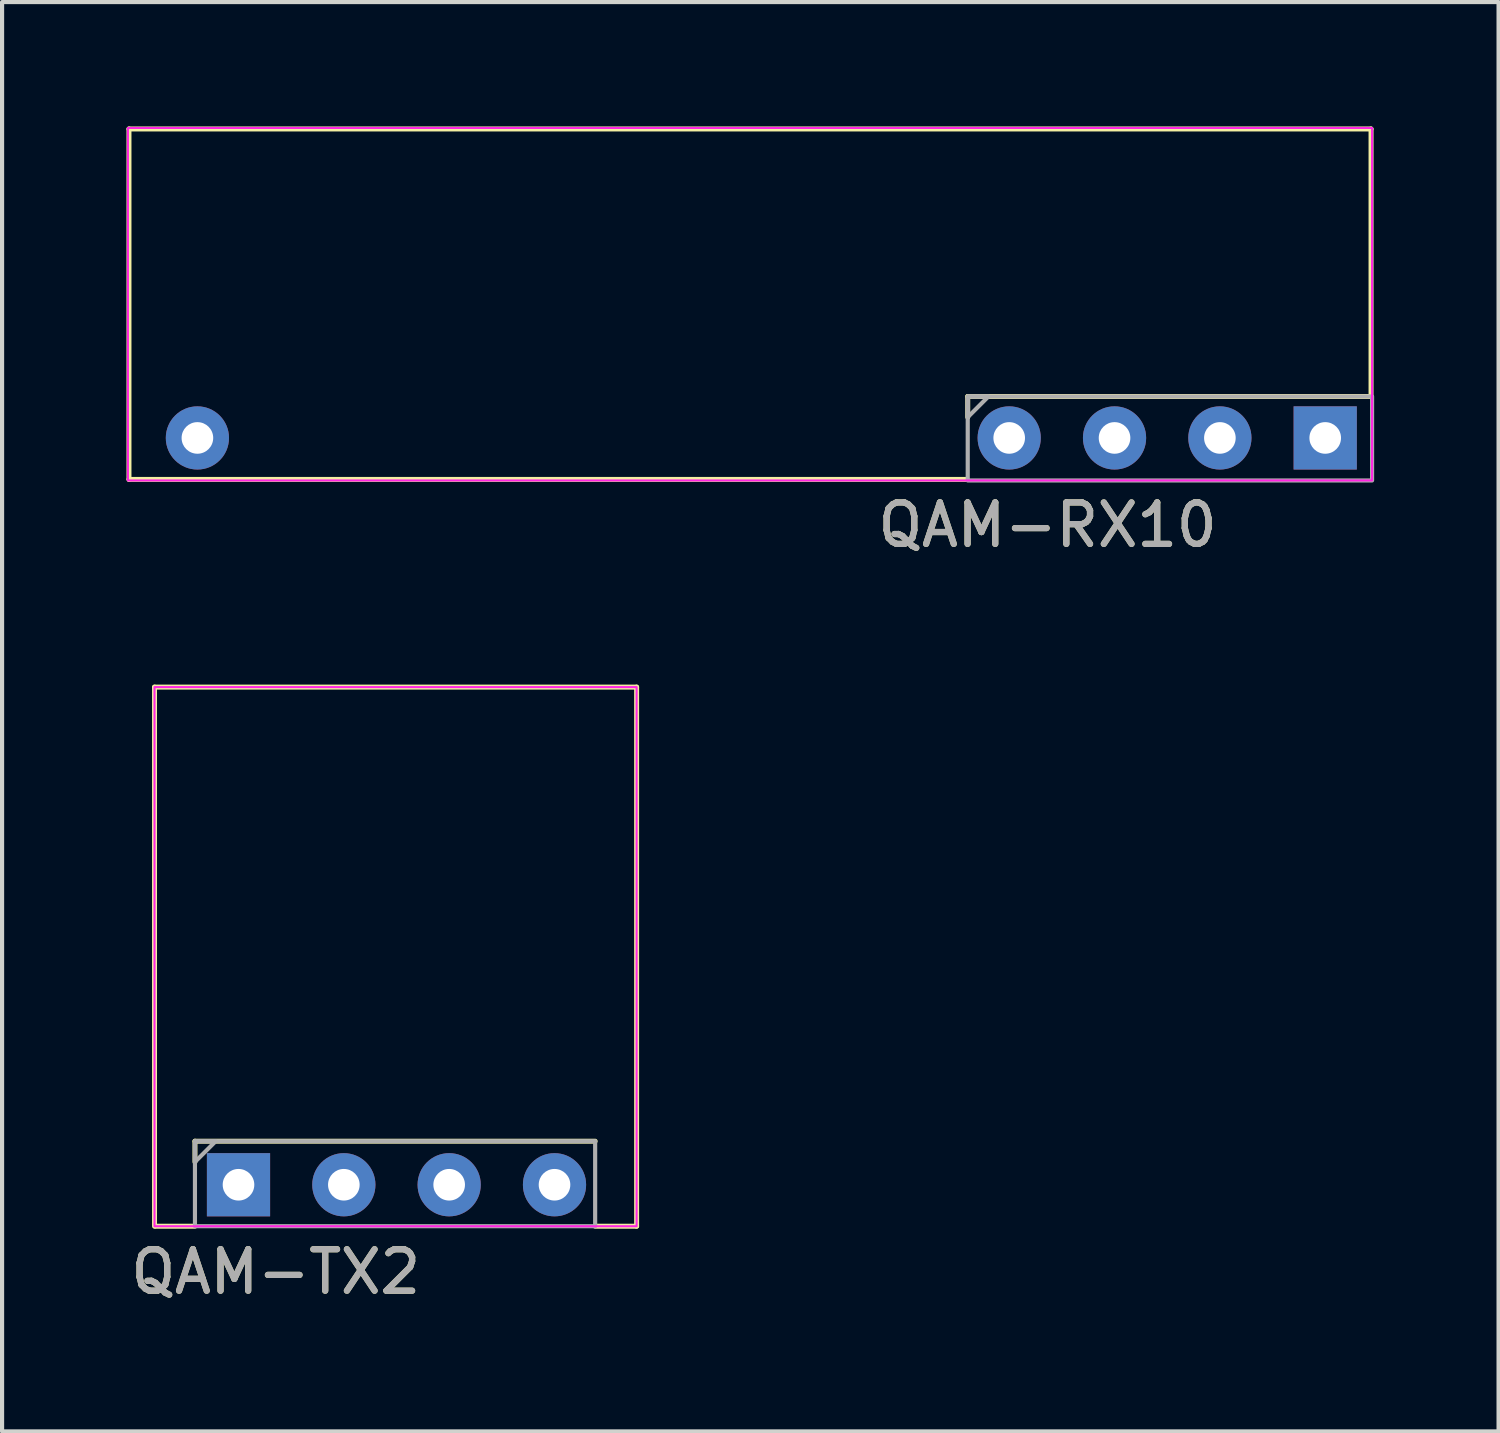
<source format=kicad_pcb>
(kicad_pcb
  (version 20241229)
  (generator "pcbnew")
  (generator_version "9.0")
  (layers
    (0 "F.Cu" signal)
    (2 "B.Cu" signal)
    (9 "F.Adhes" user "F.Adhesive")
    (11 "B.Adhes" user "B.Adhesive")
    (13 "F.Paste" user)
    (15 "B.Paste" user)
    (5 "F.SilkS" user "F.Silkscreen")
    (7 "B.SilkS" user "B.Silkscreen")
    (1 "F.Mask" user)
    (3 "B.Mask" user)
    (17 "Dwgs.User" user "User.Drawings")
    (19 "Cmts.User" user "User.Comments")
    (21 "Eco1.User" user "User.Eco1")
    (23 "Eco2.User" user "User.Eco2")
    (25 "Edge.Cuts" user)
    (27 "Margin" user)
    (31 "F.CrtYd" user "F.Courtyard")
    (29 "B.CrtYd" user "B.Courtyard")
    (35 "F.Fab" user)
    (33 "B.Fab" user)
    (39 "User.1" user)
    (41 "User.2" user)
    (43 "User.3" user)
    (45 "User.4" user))
  (footprint "QAM-RX10"
    (layer "F.Cu")
    (at 21.285 7.51)
    (property "Reference" "QAM-RX10" (at 0.925 2.1 0) (unlocked yes) (layer "F.SilkS") (effects (font (size 1 1) (thickness 0.15))))
    (attr through_hole)
    (fp_line (start -21.225 -7.45) (end -21.225 1) (stroke (width 0.12) (type solid)) (layer "F.SilkS"))
    (fp_line (start -21.225 -7.45) (end 8.725 -7.45) (stroke (width 0.12) (type solid)) (layer "F.SilkS"))
    (fp_line (start -21.225 1) (end -1.025 1) (stroke (width 0.12) (type solid)) (layer "F.SilkS"))
    (fp_line (start -1 -1) (end -1 -0.5) (stroke (width 0.12) (type solid)) (layer "F.SilkS"))
    (fp_line (start -1 -1) (end 8.725 -1) (stroke (width 0.12) (type solid)) (layer "F.SilkS"))
    (fp_line (start 8.725 -7.45) (end 8.725 -1) (stroke (width 0.12) (type solid)) (layer "F.SilkS"))
    (fp_rect (start -21.25 -7.475) (end 8.75 1.025) (stroke (width 0.05) (type solid)) (fill no) (layer "F.CrtYd"))
    (fp_rect (start -1 -1) (end 8.75 1.025) (stroke (width 0.1) (type solid)) (fill no) (layer "F.Fab"))
    (fp_poly (pts (xy -1 -0.5) (xy -1 -1) (xy -0.5 -1)) (stroke (width 0.1) (type solid)) (fill no) (layer "F.Fab"))
    (fp_text user "${REFERENCE}" (at 0.925 2.1 0) (unlocked yes) (layer "F.Fab") (effects (font (size 1 1) (thickness 0.15))))
    (pad "1" thru_hole circle (at 0 0) (size 1.524 1.524) (drill 0.762) (layers "*.Cu" "*.Mask"))
    (pad "2" thru_hole circle (at 2.54 0) (size 1.524 1.524) (drill 0.762) (layers "*.Cu" "*.Mask"))
    (pad "3" thru_hole circle (at 5.08 0) (size 1.524 1.524) (drill 0.762) (layers "*.Cu" "*.Mask"))
    (pad "4" thru_hole rect (at 7.62 0) (size 1.524 1.524) (drill 0.762) (layers "*.Cu" "*.Mask"))
    (pad "5" thru_hole circle (at -19.575 0) (size 1.524 1.524) (drill 0.762) (layers "*.Cu" "*.Mask")))
  (footprint "QAM-TX2"
    (layer "F.Cu")
    (at 2.701 25.518)
    (property "Reference" "QAM-TX2" (at 0.9 2.1 0) (unlocked yes) (layer "F.SilkS") (effects (font (size 1 1) (thickness 0.15))))
    (attr through_hole)
    (fp_line (start -2.025 -12) (end -2.025 1) (stroke (width 0.12) (type solid)) (layer "F.SilkS"))
    (fp_line (start -2 1) (end -1.05 1) (stroke (width 0.12) (type solid)) (layer "F.SilkS"))
    (fp_line (start -1.05 -1.05) (end -1.05 -0.55) (stroke (width 0.12) (type solid)) (layer "F.SilkS"))
    (fp_line (start -1.05 -1.05) (end 8.6 -1.05) (stroke (width 0.12) (type solid)) (layer "F.SilkS"))
    (fp_line (start 9.6 -12) (end -2.025 -12) (stroke (width 0.12) (type solid)) (layer "F.SilkS"))
    (fp_line (start 9.6 1) (end 8.6 1) (stroke (width 0.12) (type solid)) (layer "F.SilkS"))
    (fp_line (start 9.6 1) (end 9.6 -12) (stroke (width 0.12) (type solid)) (layer "F.SilkS"))
    (fp_rect (start 9.6 1) (end -2.025 -12) (stroke (width 0.05) (type solid)) (fill no) (layer "F.CrtYd"))
    (fp_rect (start -1.05 -1.05) (end 8.6 1) (stroke (width 0.1) (type solid)) (fill no) (layer "F.Fab"))
    (fp_poly (pts (xy -1.05 -0.55) (xy -1.05 -1.05) (xy -0.55 -1.05)) (stroke (width 0.1) (type solid)) (fill no) (layer "F.Fab"))
    (fp_text user "${REFERENCE}" (at 0.9 2.1 0) (unlocked yes) (layer "F.Fab") (effects (font (size 1 1) (thickness 0.15))))
    (pad "1" thru_hole rect (at 0 0) (size 1.524 1.524) (drill 0.762) (layers "*.Cu" "*.Mask"))
    (pad "2" thru_hole circle (at 2.54 0) (size 1.524 1.524) (drill 0.762) (layers "*.Cu" "*.Mask"))
    (pad "3" thru_hole circle (at 5.08 0) (size 1.524 1.524) (drill 0.762) (layers "*.Cu" "*.Mask"))
    (pad "4" thru_hole circle (at 7.62 0) (size 1.524 1.524) (drill 0.762) (layers "*.Cu" "*.Mask")))
  (gr_rect
    (start -3 -3)
    (end 33.085 31.466)
    (stroke (width 0.1) (type default))
    (fill no)
    (layer "Edge.Cuts")))
</source>
